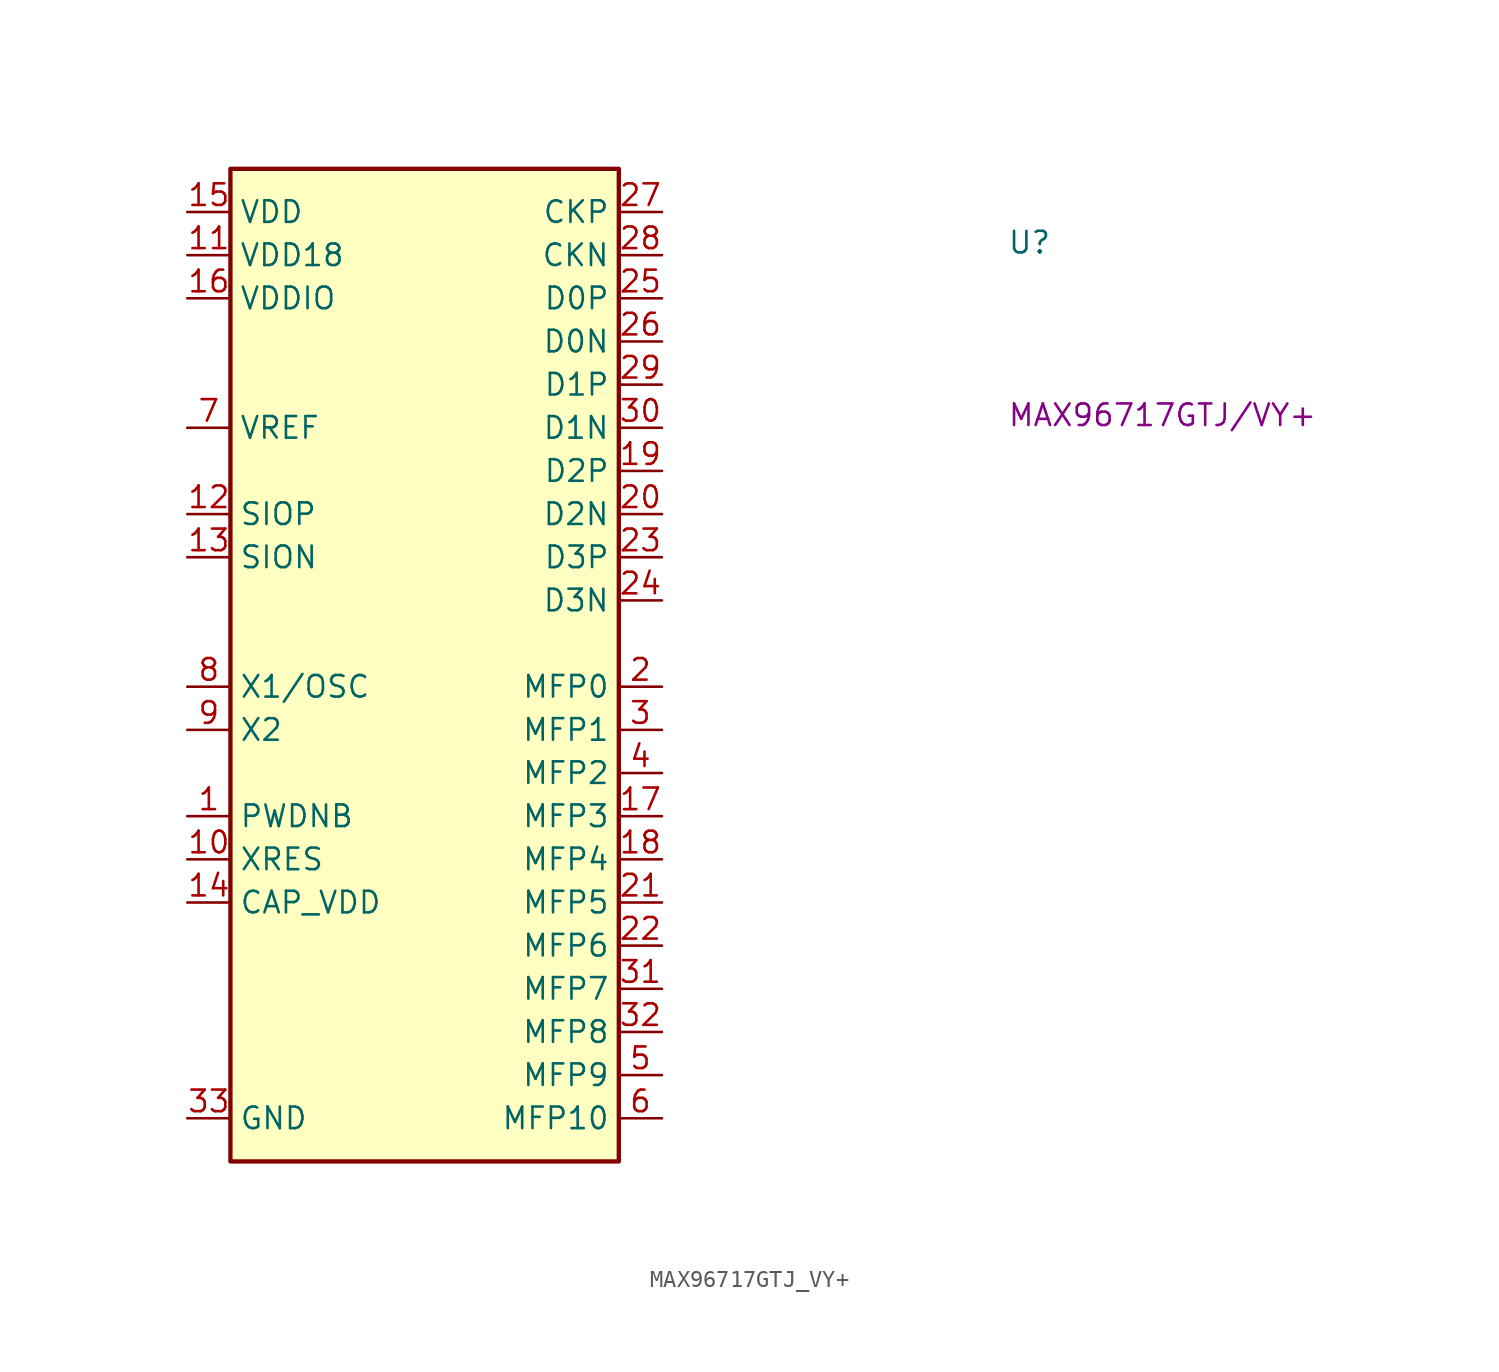
<source format=kicad_sym>
(kicad_symbol_lib
  (version 20220914)
  (generator kicad_symbol_editor)
  (symbol "MAX96717GTJ_VY+"
    (property "Reference" "U"
      (at 48.26 -2.54 0)
      (effects (font (size 1.27 1.27)) (justify left bottom)))
    (property "MPN" "MAX96717GTJ/VY+"
      (at 48.26 -12.7 0)
      (effects (font (size 1.27 1.27)) (justify left bottom)))
    (symbol "MAX96717GTJ_VY+_1_1"
      (rectangle (start 2.54 2.54) (end 25.4 -55.88) (stroke (width 0.254) (type default)) (fill (type background)))
      (pin input line (at 0 -35.56 0) (length 2.54) (name "PWDNB" (effects (font (size 1.27 1.27)))) (number "1" (effects (font (size 1.27 1.27)))))
      (pin passive line (at 0 -38.1 0) (length 2.54) (name "XRES" (effects (font (size 1.27 1.27)))) (number "10" (effects (font (size 1.27 1.27)))))
      (pin power_in line (at 0 -2.54 0) (length 2.54) (name "VDD18" (effects (font (size 1.27 1.27)))) (number "11" (effects (font (size 1.27 1.27)))))
      (pin bidirectional line (at 0 -17.78 0) (length 2.54) (name "SIOP" (effects (font (size 1.27 1.27)))) (number "12" (effects (font (size 1.27 1.27)))))
      (pin bidirectional line (at 0 -20.32 0) (length 2.54) (name "SION" (effects (font (size 1.27 1.27)))) (number "13" (effects (font (size 1.27 1.27)))))
      (pin power_in line (at 0 -40.64 0) (length 2.54) (name "CAP_VDD" (effects (font (size 1.27 1.27)))) (number "14" (effects (font (size 1.27 1.27)))))
      (pin power_in line (at 0 0 0) (length 2.54) (name "VDD" (effects (font (size 1.27 1.27)))) (number "15" (effects (font (size 1.27 1.27)))))
      (pin power_in line (at 0 -5.08 0) (length 2.54) (name "VDDIO" (effects (font (size 1.27 1.27)))) (number "16" (effects (font (size 1.27 1.27)))))
      (pin bidirectional line (at 27.94 -35.56 180) (length 2.54) (name "MFP3" (effects (font (size 1.27 1.27)))) (number "17" (effects (font (size 1.27 1.27)))) (alternate "ADC0" input line) (alternate "ERRB" output line) (alternate "GPIO3" bidirectional line) (alternate "LOCK" output line) (alternate "VTG3" output line))
      (pin bidirectional line (at 27.94 -38.1 180) (length 2.54) (name "MFP4" (effects (font (size 1.27 1.27)))) (number "18" (effects (font (size 1.27 1.27)))) (alternate "DPLL_OUT" output line) (alternate "GPIO4" bidirectional line) (alternate "RCLKOUT" output line) (alternate "RO" input line) (alternate "SS2" output line) (alternate "VTG4" output line))
      (pin input line (at 27.94 -15.24 180) (length 2.54) (name "D2P" (effects (font (size 1.27 1.27)))) (number "19" (effects (font (size 1.27 1.27)))))
      (pin bidirectional line (at 27.94 -27.94 180) (length 2.54) (name "MFP0" (effects (font (size 1.27 1.27)))) (number "2" (effects (font (size 1.27 1.27)))) (alternate "GPIO0" bidirectional line) (alternate "SCLK" output line) (alternate "VTG0" output line))
      (pin input line (at 27.94 -17.78 180) (length 2.54) (name "D2N" (effects (font (size 1.27 1.27)))) (number "20" (effects (font (size 1.27 1.27)))))
      (pin bidirectional line (at 27.94 -40.64 180) (length 2.54) (name "MFP5" (effects (font (size 1.27 1.27)))) (number "21" (effects (font (size 1.27 1.27)))) (alternate "ADC1" input line) (alternate "LMN0" input line) (alternate "ODO5_GPI5" input line))
      (pin bidirectional line (at 27.94 -43.18 180) (length 2.54) (name "MFP6" (effects (font (size 1.27 1.27)))) (number "22" (effects (font (size 1.27 1.27)))) (alternate "ADC2" input line) (alternate "LMN1" input line) (alternate "ODO6_GPI6" input line))
      (pin input line (at 27.94 -20.32 180) (length 2.54) (name "D3P" (effects (font (size 1.27 1.27)))) (number "23" (effects (font (size 1.27 1.27)))))
      (pin input line (at 27.94 -22.86 180) (length 2.54) (name "D3N" (effects (font (size 1.27 1.27)))) (number "24" (effects (font (size 1.27 1.27)))))
      (pin input line (at 27.94 -5.08 180) (length 2.54) (name "D0P" (effects (font (size 1.27 1.27)))) (number "25" (effects (font (size 1.27 1.27)))))
      (pin input line (at 27.94 -7.62 180) (length 2.54) (name "D0N" (effects (font (size 1.27 1.27)))) (number "26" (effects (font (size 1.27 1.27)))))
      (pin input line (at 27.94 0 180) (length 2.54) (name "CKP" (effects (font (size 1.27 1.27)))) (number "27" (effects (font (size 1.27 1.27)))))
      (pin input line (at 27.94 -2.54 180) (length 2.54) (name "CKN" (effects (font (size 1.27 1.27)))) (number "28" (effects (font (size 1.27 1.27)))))
      (pin input line (at 27.94 -10.16 180) (length 2.54) (name "D1P" (effects (font (size 1.27 1.27)))) (number "29" (effects (font (size 1.27 1.27)))))
      (pin bidirectional line (at 27.94 -30.48 180) (length 2.54) (name "MFP1" (effects (font (size 1.27 1.27)))) (number "3" (effects (font (size 1.27 1.27)))) (alternate "BNE" output line) (alternate "CFG0" input line) (alternate "GPO1" output line) (alternate "SS1" output line) (alternate "VTG1" output line))
      (pin input line (at 27.94 -12.7 180) (length 2.54) (name "D1N" (effects (font (size 1.27 1.27)))) (number "30" (effects (font (size 1.27 1.27)))))
      (pin bidirectional line (at 27.94 -45.72 180) (length 2.54) (name "MFP7" (effects (font (size 1.27 1.27)))) (number "31" (effects (font (size 1.27 1.27)))) (alternate "GPI7" input line) (alternate "GPIO7" bidirectional line) (alternate "LOCK (Alt)" output line) (alternate "MOSI" bidirectional line) (alternate "RX1" input line) (alternate "SDA1" open_collector line) (alternate "VTG7" output line))
      (pin bidirectional line (at 27.94 -48.26 180) (length 2.54) (name "MFP8" (effects (font (size 1.27 1.27)))) (number "32" (effects (font (size 1.27 1.27)))) (alternate "ERRB (Alt)" output line) (alternate "GPIO8" bidirectional line) (alternate "MISO" input line) (alternate "MS" input line) (alternate "SCL1" open_collector line) (alternate "TX1" output line) (alternate "VTG8" output line))
      (pin power_in line (at 0 -53.34 0) (length 2.54) (name "GND" (effects (font (size 1.27 1.27)))) (number "33" (effects (font (size 1.27 1.27)))))
      (pin bidirectional line (at 27.94 -33.02 180) (length 2.54) (name "MFP2" (effects (font (size 1.27 1.27)))) (number "4" (effects (font (size 1.27 1.27)))) (alternate "CFG1" input line) (alternate "DPLL_OUT(Alt)" output line) (alternate "GPO2" output line) (alternate "RCLKOUT(Alt)" output line) (alternate "VTG2" output line))
      (pin bidirectional line (at 27.94 -50.8 180) (length 2.54) (name "MFP9" (effects (font (size 1.27 1.27)))) (number "5" (effects (font (size 1.27 1.27)))) (alternate "OD09_GPI9" bidirectional line) (alternate "SDA2_RX2" bidirectional line) (alternate "SDA_RX" bidirectional line))
      (pin bidirectional line (at 27.94 -53.34 180) (length 2.54) (name "MFP10" (effects (font (size 1.27 1.27)))) (number "6" (effects (font (size 1.27 1.27)))) (alternate "ODO10_GPI10" bidirectional line) (alternate "SCL2_TX2" bidirectional line) (alternate "SCL_TX*" bidirectional line))
      (pin power_in line (at 0 -12.7 0) (length 2.54) (name "VREF" (effects (font (size 1.27 1.27)))) (number "7" (effects (font (size 1.27 1.27)))))
      (pin bidirectional line (at 0 -27.94 0) (length 2.54) (name "X1/OSC" (effects (font (size 1.27 1.27)))) (number "8" (effects (font (size 1.27 1.27)))))
      (pin bidirectional line (at 0 -30.48 0) (length 2.54) (name "X2" (effects (font (size 1.27 1.27)))) (number "9" (effects (font (size 1.27 1.27))))))))
</source>
